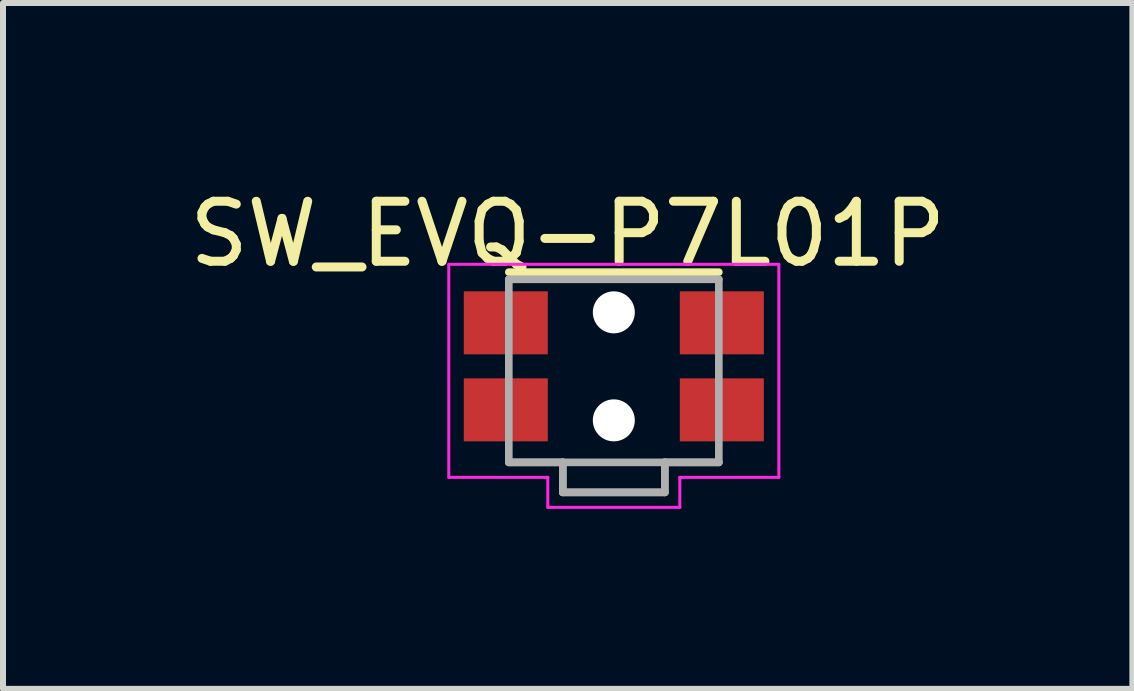
<source format=kicad_pcb>
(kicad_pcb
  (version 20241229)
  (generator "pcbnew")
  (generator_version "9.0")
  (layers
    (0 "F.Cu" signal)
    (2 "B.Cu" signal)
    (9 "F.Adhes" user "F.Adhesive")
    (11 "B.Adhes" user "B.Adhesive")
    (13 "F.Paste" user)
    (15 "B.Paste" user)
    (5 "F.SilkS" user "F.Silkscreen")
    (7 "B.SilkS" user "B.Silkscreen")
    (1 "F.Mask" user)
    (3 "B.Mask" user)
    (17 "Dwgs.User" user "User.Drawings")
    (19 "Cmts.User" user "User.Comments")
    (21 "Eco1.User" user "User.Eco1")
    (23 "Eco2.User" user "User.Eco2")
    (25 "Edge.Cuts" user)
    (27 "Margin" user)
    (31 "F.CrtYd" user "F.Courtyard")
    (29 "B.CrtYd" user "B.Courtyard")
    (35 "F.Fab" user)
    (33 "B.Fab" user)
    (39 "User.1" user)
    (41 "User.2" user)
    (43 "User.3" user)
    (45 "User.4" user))
  (footprint "SW_EVQ-P7L01P"
    (layer "F.Cu")
    (at 7.179 3.055)
    (property "Reference" "SW_EVQ-P7L01P" (at -0.768 -2.206 0) (layer "F.SilkS") (effects (font (size 1 1) (thickness 0.15))))
    (attr smd)
    (fp_line (start -1.75 -1.57) (end 1.75 -1.57) (stroke (width 0.127) (type solid)) (layer "F.SilkS"))
    (fp_line (start -2.75 -1.7) (end 2.75 -1.7) (stroke (width 0.05) (type solid)) (layer "F.CrtYd"))
    (fp_line (start -2.75 1.85) (end -2.75 -1.7) (stroke (width 0.05) (type solid)) (layer "F.CrtYd"))
    (fp_line (start -1.1 1.85) (end -2.75 1.85) (stroke (width 0.05) (type solid)) (layer "F.CrtYd"))
    (fp_line (start -1.1 2.35) (end -1.1 1.85) (stroke (width 0.05) (type solid)) (layer "F.CrtYd"))
    (fp_line (start 1.1 1.85) (end 1.1 2.35) (stroke (width 0.05) (type solid)) (layer "F.CrtYd"))
    (fp_line (start 1.1 2.35) (end -1.1 2.35) (stroke (width 0.05) (type solid)) (layer "F.CrtYd"))
    (fp_line (start 2.75 -1.7) (end 2.75 1.85) (stroke (width 0.05) (type solid)) (layer "F.CrtYd"))
    (fp_line (start 2.75 1.85) (end 1.1 1.85) (stroke (width 0.05) (type solid)) (layer "F.CrtYd"))
    (fp_line (start -1.75 -1.45) (end 1.75 -1.45) (stroke (width 0.127) (type solid)) (layer "F.Fab"))
    (fp_line (start -1.75 1.6) (end -1.75 -1.45) (stroke (width 0.127) (type solid)) (layer "F.Fab"))
    (fp_line (start -1.75 1.6) (end -0.85 1.6) (stroke (width 0.127) (type solid)) (layer "F.Fab"))
    (fp_line (start -0.85 1.6) (end -1.75 1.6) (stroke (width 0.127) (type solid)) (layer "F.Fab"))
    (fp_line (start -0.85 1.6) (end -0.85 2.1) (stroke (width 0.127) (type solid)) (layer "F.Fab"))
    (fp_line (start -0.85 1.6) (end -0.85 2.1) (stroke (width 0.127) (type solid)) (layer "F.Fab"))
    (fp_line (start -0.85 2.1) (end 0.85 2.1) (stroke (width 0.127) (type solid)) (layer "F.Fab"))
    (fp_line (start -0.85 2.1) (end 0.85 2.1) (stroke (width 0.127) (type solid)) (layer "F.Fab"))
    (fp_line (start 0.85 1.6) (end -0.85 1.6) (stroke (width 0.127) (type solid)) (layer "F.Fab"))
    (fp_line (start 0.85 1.6) (end 1.75 1.6) (stroke (width 0.127) (type solid)) (layer "F.Fab"))
    (fp_line (start 0.85 2.1) (end 0.85 1.6) (stroke (width 0.127) (type solid)) (layer "F.Fab"))
    (fp_line (start 0.85 2.1) (end 0.85 1.6) (stroke (width 0.127) (type solid)) (layer "F.Fab"))
    (fp_line (start 1.75 -1.45) (end 1.75 1.6) (stroke (width 0.127) (type solid)) (layer "F.Fab"))
    (fp_line (start 1.75 1.6) (end 0.85 1.6) (stroke (width 0.127) (type solid)) (layer "F.Fab"))
    (pad "" np_thru_hole circle (at 0 -0.9) (size 0.7 0.7) (drill 0.7) (layers "*.Cu" "*.Mask"))
    (pad "" np_thru_hole circle (at 0 0.9) (size 0.7 0.7) (drill 0.7) (layers "*.Cu" "*.Mask"))
    (pad "1" smd rect (at -1.8 -0.725) (size 1.4 1.05) (layers "F.Cu" "F.Mask" "F.Paste"))
    (pad "1" smd rect (at 1.8 -0.725) (size 1.4 1.05) (layers "F.Cu" "F.Mask" "F.Paste"))
    (pad "2" smd rect (at -1.8 0.725) (size 1.4 1.05) (layers "F.Cu" "F.Mask" "F.Paste"))
    (pad "2" smd rect (at 1.8 0.725) (size 1.4 1.05) (layers "F.Cu" "F.Mask" "F.Paste")))
  (gr_rect
    (start -3 -3)
    (end 15.821 8.43)
    (stroke (width 0.1) (type default))
    (fill no)
    (layer "Edge.Cuts")))
</source>
